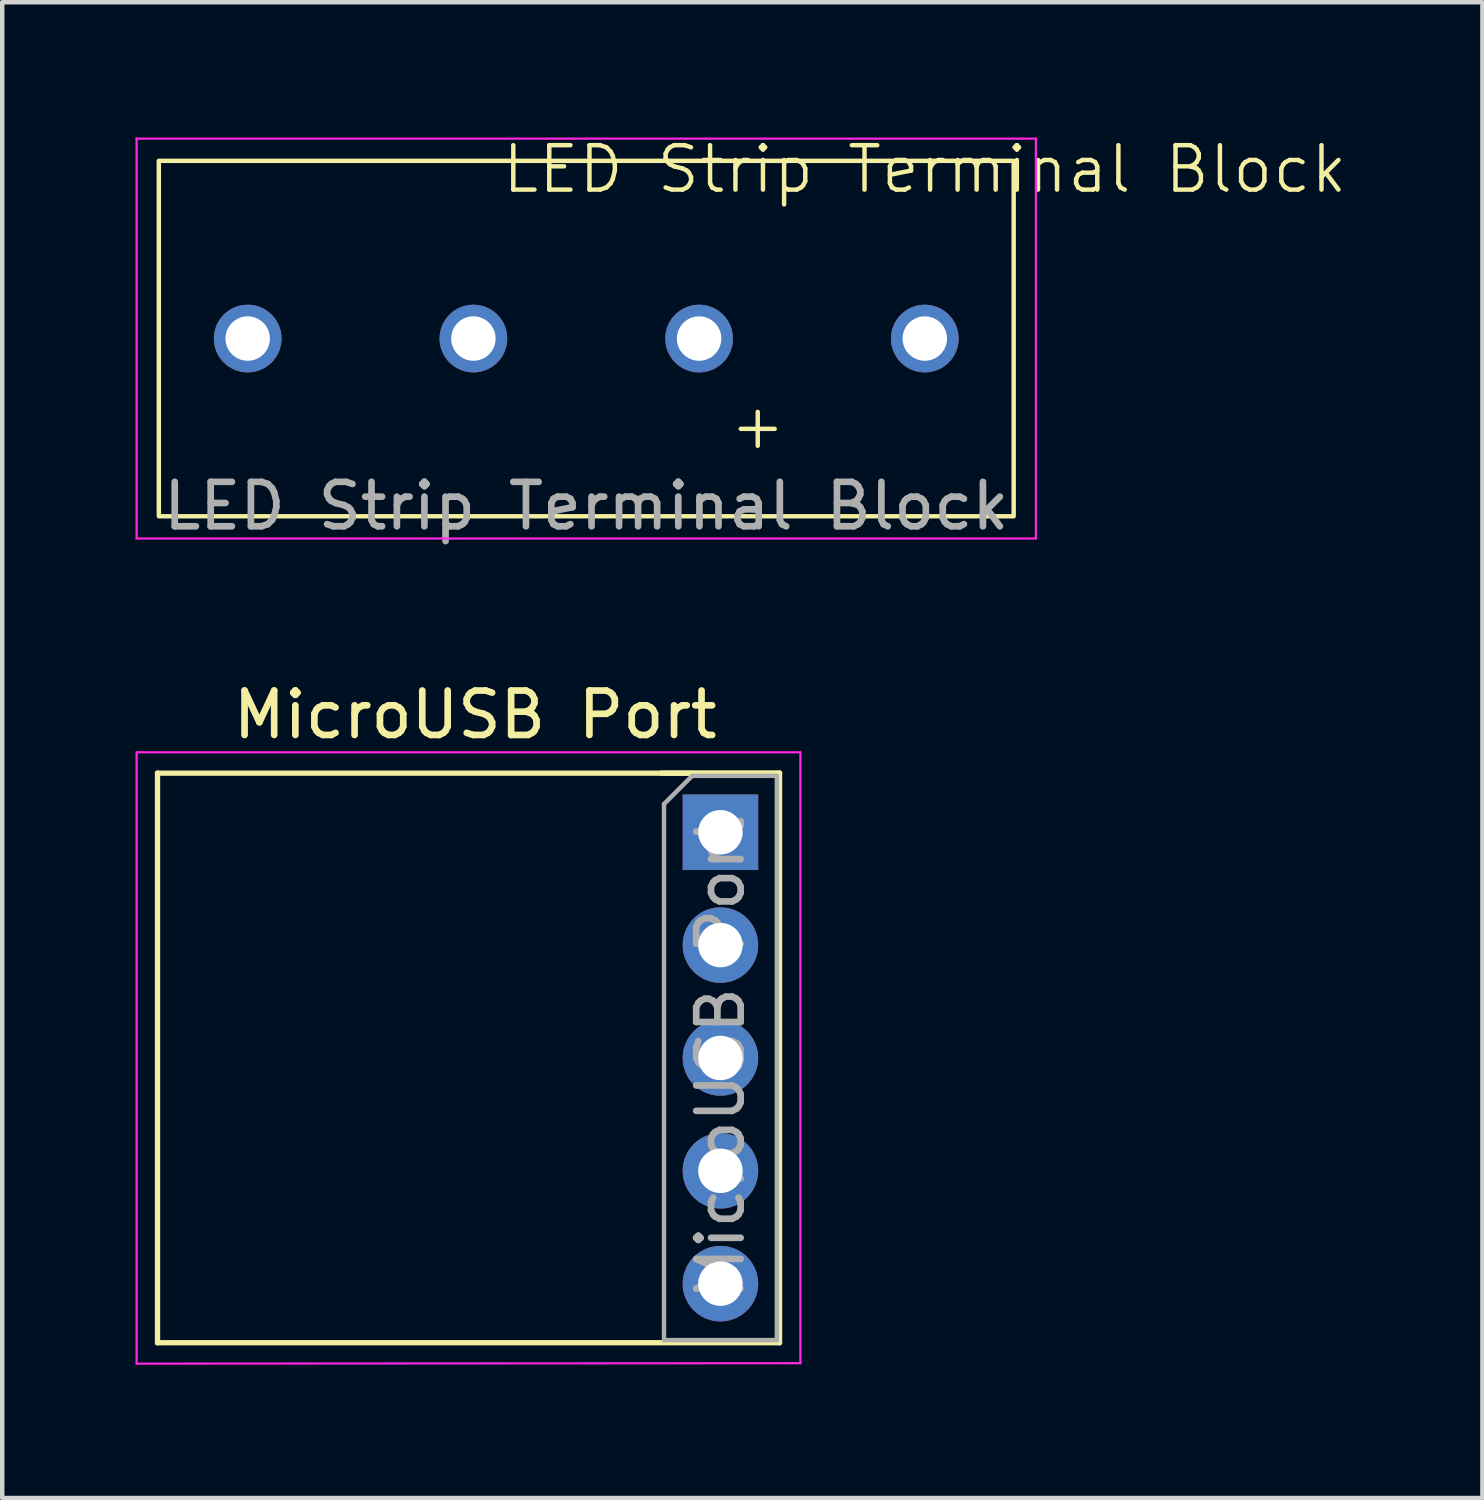
<source format=kicad_pcb>
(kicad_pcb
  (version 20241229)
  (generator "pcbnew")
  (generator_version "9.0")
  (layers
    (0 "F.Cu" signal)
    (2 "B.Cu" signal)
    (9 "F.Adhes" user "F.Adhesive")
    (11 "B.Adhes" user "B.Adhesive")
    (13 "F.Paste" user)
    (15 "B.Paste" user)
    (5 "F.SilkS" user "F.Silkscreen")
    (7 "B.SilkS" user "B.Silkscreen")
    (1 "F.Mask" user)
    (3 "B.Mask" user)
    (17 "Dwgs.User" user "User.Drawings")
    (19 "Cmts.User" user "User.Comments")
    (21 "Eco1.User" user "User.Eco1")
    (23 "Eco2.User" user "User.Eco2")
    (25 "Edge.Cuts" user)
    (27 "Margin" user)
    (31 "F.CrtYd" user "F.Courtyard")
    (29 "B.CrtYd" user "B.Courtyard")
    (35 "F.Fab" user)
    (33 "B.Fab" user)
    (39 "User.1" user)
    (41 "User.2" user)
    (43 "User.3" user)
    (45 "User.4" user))
  (footprint "LED Strip Terminal Block"
    (layer "F.Cu")
    (at 10.145 5.84)
    (property "Reference" "LED Strip Terminal Block" (at 7.62 -5.08 0) (unlocked yes) (layer "F.SilkS") (effects (font (size 1 1) (thickness 0.1))))
    (attr through_hole)
    (fp_rect (start -9.62 -5.27) (end 9.62 2.73) (stroke (width 0.1) (type default)) (fill no) (layer "F.SilkS"))
    (fp_line (start -10.12 -5.77) (end 10.12 -5.77) (stroke (width 0.05) (type default)) (layer "F.CrtYd"))
    (fp_line (start -10.12 3.23) (end -10.12 -5.77) (stroke (width 0.05) (type default)) (layer "F.CrtYd"))
    (fp_line (start 10.12 -5.77) (end 10.12 3.23) (stroke (width 0.05) (type default)) (layer "F.CrtYd"))
    (fp_line (start 10.12 3.23) (end -10.12 3.23) (stroke (width 0.05) (type default)) (layer "F.CrtYd"))
    (fp_text user "+" (at 3.175 1.27 0) (unlocked yes) (layer "F.SilkS") (effects (font (size 1 1) (thickness 0.1)) (justify left bottom)))
    (fp_text user "${REFERENCE}" (at 0 2.5 0) (unlocked yes) (layer "F.Fab") (effects (font (size 1 1) (thickness 0.15))))
    (pad "1" thru_hole circle (at -7.62 -1.27) (size 1.524 1.524) (drill 1) (layers "*.Cu" "*.Mask"))
    (pad "2" thru_hole circle (at -2.54 -1.27) (size 1.524 1.524) (drill 1) (layers "*.Cu" "*.Mask"))
    (pad "3" thru_hole circle (at 2.54 -1.27) (size 1.524 1.524) (drill 1) (layers "*.Cu" "*.Mask"))
    (pad "4" thru_hole circle (at 7.62 -1.27) (size 1.524 1.524) (drill 1) (layers "*.Cu" "*.Mask")))
  (footprint "MicroUSB Port"
    (layer "F.Cu")
    (at 13.165 15.682)
    (property "Reference" "MicroUSB Port" (at -5.52 -2.645 0) (layer "F.SilkS") (effects (font (size 1 1) (thickness 0.15))))
    (attr through_hole)
    (fp_line (start -12.67 11.49) (end -12.67 -1.33) (stroke (width 0.12) (type default)) (layer "F.SilkS"))
    (fp_line (start -1.33 -1.33) (end 1.33 -1.33) (stroke (width 0.12) (type solid)) (layer "F.SilkS"))
    (fp_line (start 1.33 -1.33) (end -12.67 -1.33) (stroke (width 0.12) (type default)) (layer "F.SilkS"))
    (fp_line (start 1.33 -1.33) (end 1.33 11.49) (stroke (width 0.12) (type solid)) (layer "F.SilkS"))
    (fp_line (start 1.33 11.49) (end -12.67 11.49) (stroke (width 0.12) (type default)) (layer "F.SilkS"))
    (fp_line (start -13.14 -1.8) (end -13.14 11.96) (stroke (width 0.05) (type solid)) (layer "F.CrtYd"))
    (fp_line (start -13.14 11.96) (end 1.8 11.95) (stroke (width 0.05) (type solid)) (layer "F.CrtYd"))
    (fp_line (start 1.8 -1.8) (end -13.14 -1.8) (stroke (width 0.05) (type solid)) (layer "F.CrtYd"))
    (fp_line (start 1.8 11.95) (end 1.8 -1.8) (stroke (width 0.05) (type solid)) (layer "F.CrtYd"))
    (fp_line (start -1.27 -0.635) (end -0.635 -1.27) (stroke (width 0.1) (type solid)) (layer "F.Fab"))
    (fp_line (start -1.27 11.43) (end -1.27 -0.635) (stroke (width 0.1) (type solid)) (layer "F.Fab"))
    (fp_line (start -0.635 -1.27) (end 1.27 -1.27) (stroke (width 0.1) (type solid)) (layer "F.Fab"))
    (fp_line (start 1.27 -1.27) (end 1.27 11.43) (stroke (width 0.1) (type solid)) (layer "F.Fab"))
    (fp_line (start 1.27 11.43) (end -1.27 11.43) (stroke (width 0.1) (type solid)) (layer "F.Fab"))
    (fp_text user "${REFERENCE}" (at 0 5.08 90) (layer "F.Fab") (effects (font (size 1 1) (thickness 0.15))))
    (pad "1" thru_hole rect (at 0 0) (size 1.7 1.7) (drill 1) (layers "*.Cu" "*.Mask"))
    (pad "2" thru_hole oval (at 0 2.54) (size 1.7 1.7) (drill 1) (layers "*.Cu" "*.Mask"))
    (pad "3" thru_hole oval (at 0 5.08) (size 1.7 1.7) (drill 1) (layers "*.Cu" "*.Mask"))
    (pad "4" thru_hole oval (at 0 7.62) (size 1.7 1.7) (drill 1) (layers "*.Cu" "*.Mask"))
    (pad "5" thru_hole oval (at 0 10.16) (size 1.7 1.7) (drill 1) (layers "*.Cu" "*.Mask")))
  (gr_rect
    (start -3 -3)
    (end 30.315 30.667)
    (stroke (width 0.1) (type default))
    (fill no)
    (layer "Edge.Cuts")))
</source>
